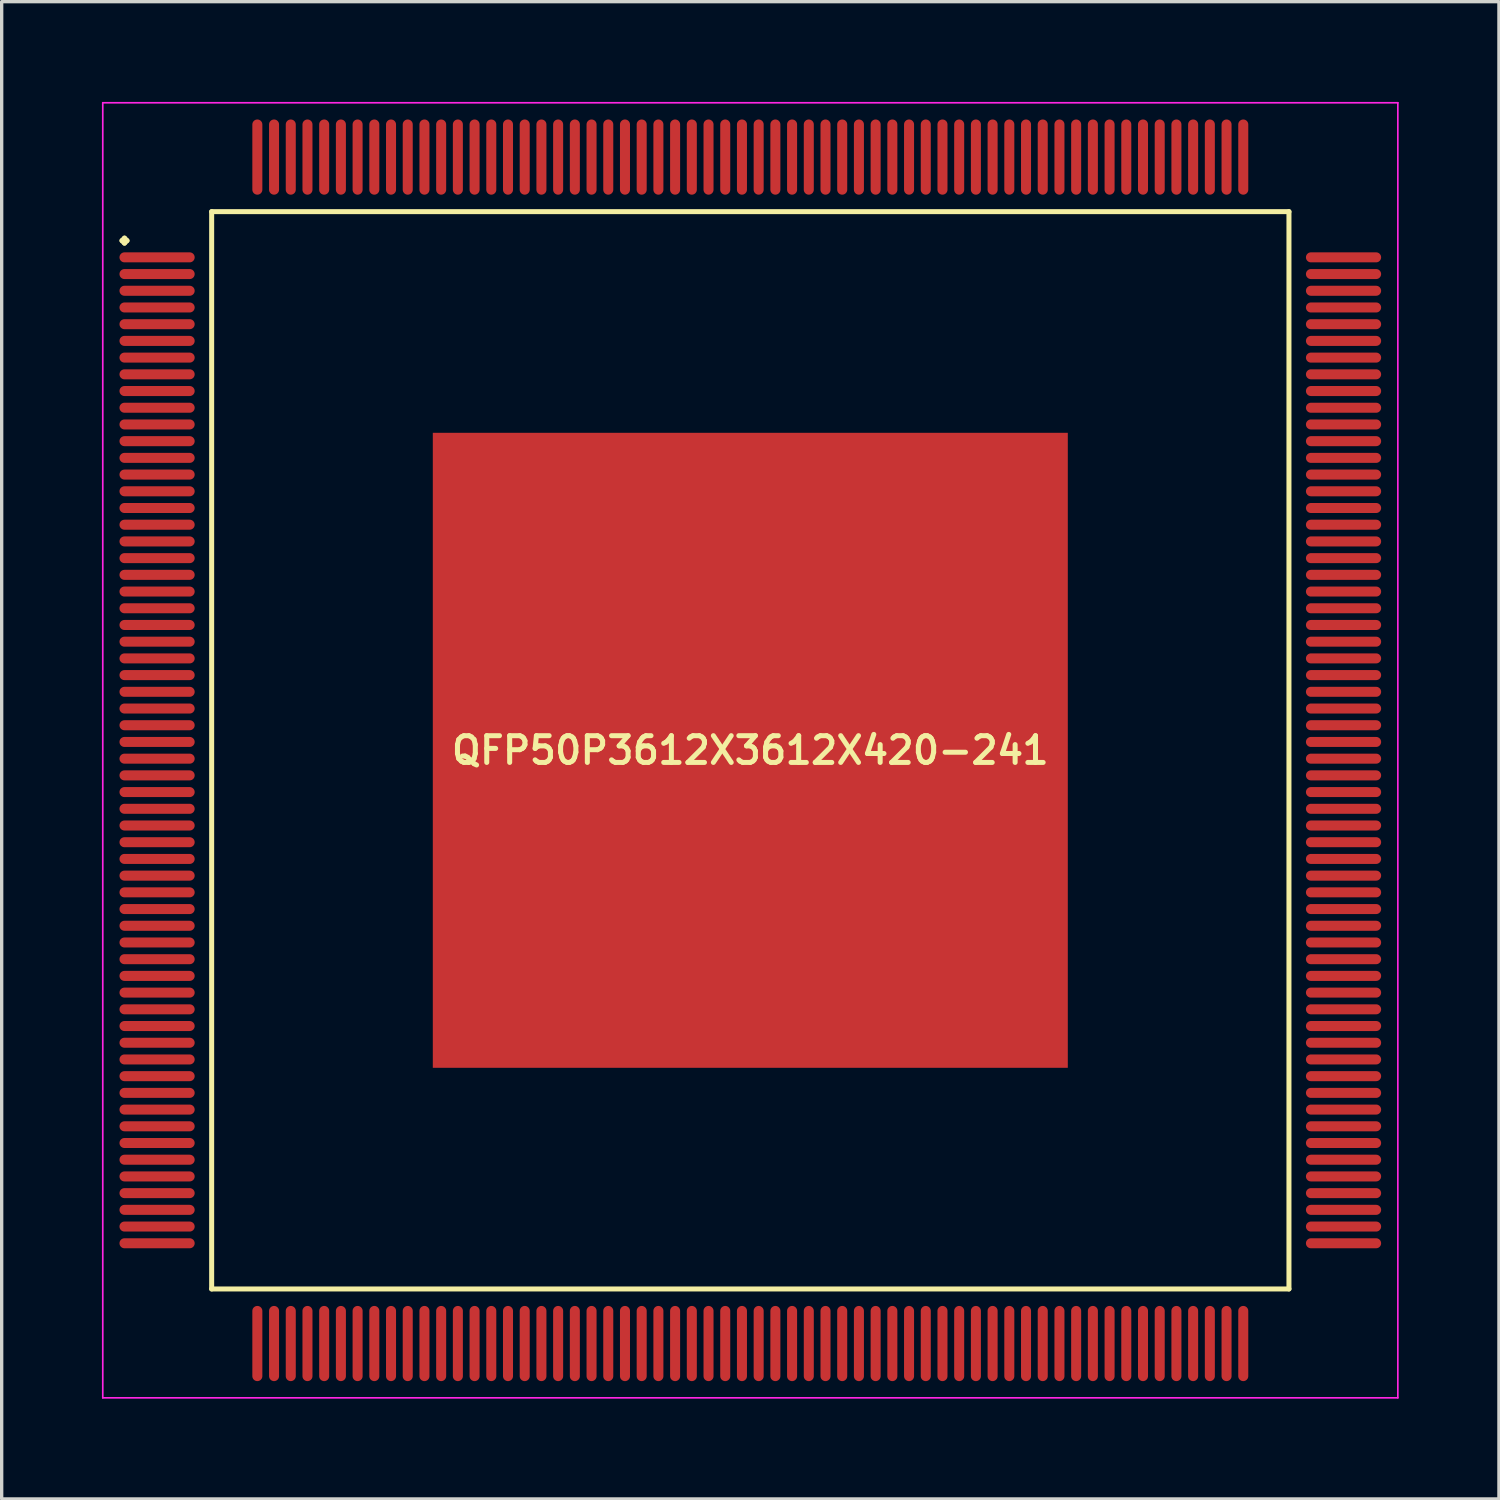
<source format=kicad_pcb>
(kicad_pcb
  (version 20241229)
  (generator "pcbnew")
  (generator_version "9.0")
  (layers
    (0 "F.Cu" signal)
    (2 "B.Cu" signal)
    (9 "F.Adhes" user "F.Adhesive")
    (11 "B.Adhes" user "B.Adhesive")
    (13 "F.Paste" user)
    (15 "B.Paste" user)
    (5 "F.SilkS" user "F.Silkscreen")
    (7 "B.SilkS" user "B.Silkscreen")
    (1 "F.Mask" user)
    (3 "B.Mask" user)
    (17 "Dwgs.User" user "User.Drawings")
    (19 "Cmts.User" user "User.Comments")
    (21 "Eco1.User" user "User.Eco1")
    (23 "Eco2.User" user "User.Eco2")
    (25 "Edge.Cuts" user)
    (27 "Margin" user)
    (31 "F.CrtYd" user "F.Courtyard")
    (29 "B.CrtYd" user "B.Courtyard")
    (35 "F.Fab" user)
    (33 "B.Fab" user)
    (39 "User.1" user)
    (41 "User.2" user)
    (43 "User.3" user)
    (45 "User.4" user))
  (footprint "QFP50P3612X3612X420-241"
    (layer "F.Cu")
    (at 19.4 19.4)
    (property "Reference" "QFP50P3612X3612X420-241" (at 0 0 0) (layer "F.SilkS") (effects (font (size 0.8 0.8) (thickness 0.15))))
    (attr smd)
    (fp_line (start -18.8 -15.25) (end -18.725 -15.325) (stroke (width 0.15) (type solid)) (layer "F.SilkS"))
    (fp_line (start -18.725 -15.325) (end -18.65 -15.25) (stroke (width 0.15) (type solid)) (layer "F.SilkS"))
    (fp_line (start -18.725 -15.175) (end -18.8 -15.25) (stroke (width 0.15) (type solid)) (layer "F.SilkS"))
    (fp_line (start -18.65 -15.25) (end -18.725 -15.175) (stroke (width 0.15) (type solid)) (layer "F.SilkS"))
    (fp_line (start -16.117 -16.117) (end -16.117 16.117) (stroke (width 0.15) (type solid)) (layer "F.SilkS"))
    (fp_line (start -16.117 16.117) (end 16.117 16.117) (stroke (width 0.15) (type solid)) (layer "F.SilkS"))
    (fp_line (start 16.117 -16.117) (end -16.117 -16.117) (stroke (width 0.15) (type solid)) (layer "F.SilkS"))
    (fp_line (start 16.117 16.117) (end 16.117 -16.117) (stroke (width 0.15) (type solid)) (layer "F.SilkS"))
    (fp_line (start -19.375 -19.375) (end 19.375 -19.375) (stroke (width 0.05) (type solid)) (layer "F.CrtYd"))
    (fp_line (start -19.375 19.375) (end -19.375 -19.375) (stroke (width 0.05) (type solid)) (layer "F.CrtYd"))
    (fp_line (start 19.375 -19.375) (end 19.375 19.375) (stroke (width 0.05) (type solid)) (layer "F.CrtYd"))
    (fp_line (start 19.375 19.375) (end -19.375 19.375) (stroke (width 0.05) (type solid)) (layer "F.CrtYd"))
    (pad "1" smd oval (at -17.75 -14.75) (size 2.25 0.3) (layers "F.Cu" "F.Mask" "F.Paste"))
    (pad "2" smd oval (at -17.75 -14.25) (size 2.25 0.3) (layers "F.Cu" "F.Mask" "F.Paste"))
    (pad "3" smd oval (at -17.75 -13.75) (size 2.25 0.3) (layers "F.Cu" "F.Mask" "F.Paste"))
    (pad "4" smd oval (at -17.75 -13.25) (size 2.25 0.3) (layers "F.Cu" "F.Mask" "F.Paste"))
    (pad "5" smd oval (at -17.75 -12.75) (size 2.25 0.3) (layers "F.Cu" "F.Mask" "F.Paste"))
    (pad "6" smd oval (at -17.75 -12.25) (size 2.25 0.3) (layers "F.Cu" "F.Mask" "F.Paste"))
    (pad "7" smd oval (at -17.75 -11.75) (size 2.25 0.3) (layers "F.Cu" "F.Mask" "F.Paste"))
    (pad "8" smd oval (at -17.75 -11.25) (size 2.25 0.3) (layers "F.Cu" "F.Mask" "F.Paste"))
    (pad "9" smd oval (at -17.75 -10.75) (size 2.25 0.3) (layers "F.Cu" "F.Mask" "F.Paste"))
    (pad "10" smd oval (at -17.75 -10.25) (size 2.25 0.3) (layers "F.Cu" "F.Mask" "F.Paste"))
    (pad "11" smd oval (at -17.75 -9.75) (size 2.25 0.3) (layers "F.Cu" "F.Mask" "F.Paste"))
    (pad "12" smd oval (at -17.75 -9.25) (size 2.25 0.3) (layers "F.Cu" "F.Mask" "F.Paste"))
    (pad "13" smd oval (at -17.75 -8.75) (size 2.25 0.3) (layers "F.Cu" "F.Mask" "F.Paste"))
    (pad "14" smd oval (at -17.75 -8.25) (size 2.25 0.3) (layers "F.Cu" "F.Mask" "F.Paste"))
    (pad "15" smd oval (at -17.75 -7.75) (size 2.25 0.3) (layers "F.Cu" "F.Mask" "F.Paste"))
    (pad "16" smd oval (at -17.75 -7.25) (size 2.25 0.3) (layers "F.Cu" "F.Mask" "F.Paste"))
    (pad "17" smd oval (at -17.75 -6.75) (size 2.25 0.3) (layers "F.Cu" "F.Mask" "F.Paste"))
    (pad "18" smd oval (at -17.75 -6.25) (size 2.25 0.3) (layers "F.Cu" "F.Mask" "F.Paste"))
    (pad "19" smd oval (at -17.75 -5.75) (size 2.25 0.3) (layers "F.Cu" "F.Mask" "F.Paste"))
    (pad "20" smd oval (at -17.75 -5.25) (size 2.25 0.3) (layers "F.Cu" "F.Mask" "F.Paste"))
    (pad "21" smd oval (at -17.75 -4.75) (size 2.25 0.3) (layers "F.Cu" "F.Mask" "F.Paste"))
    (pad "22" smd oval (at -17.75 -4.25) (size 2.25 0.3) (layers "F.Cu" "F.Mask" "F.Paste"))
    (pad "23" smd oval (at -17.75 -3.75) (size 2.25 0.3) (layers "F.Cu" "F.Mask" "F.Paste"))
    (pad "24" smd oval (at -17.75 -3.25) (size 2.25 0.3) (layers "F.Cu" "F.Mask" "F.Paste"))
    (pad "25" smd oval (at -17.75 -2.75) (size 2.25 0.3) (layers "F.Cu" "F.Mask" "F.Paste"))
    (pad "26" smd oval (at -17.75 -2.25) (size 2.25 0.3) (layers "F.Cu" "F.Mask" "F.Paste"))
    (pad "27" smd oval (at -17.75 -1.75) (size 2.25 0.3) (layers "F.Cu" "F.Mask" "F.Paste"))
    (pad "28" smd oval (at -17.75 -1.25) (size 2.25 0.3) (layers "F.Cu" "F.Mask" "F.Paste"))
    (pad "29" smd oval (at -17.75 -0.75) (size 2.25 0.3) (layers "F.Cu" "F.Mask" "F.Paste"))
    (pad "30" smd oval (at -17.75 -0.25) (size 2.25 0.3) (layers "F.Cu" "F.Mask" "F.Paste"))
    (pad "31" smd oval (at -17.75 0.25) (size 2.25 0.3) (layers "F.Cu" "F.Mask" "F.Paste"))
    (pad "32" smd oval (at -17.75 0.75) (size 2.25 0.3) (layers "F.Cu" "F.Mask" "F.Paste"))
    (pad "33" smd oval (at -17.75 1.25) (size 2.25 0.3) (layers "F.Cu" "F.Mask" "F.Paste"))
    (pad "34" smd oval (at -17.75 1.75) (size 2.25 0.3) (layers "F.Cu" "F.Mask" "F.Paste"))
    (pad "35" smd oval (at -17.75 2.25) (size 2.25 0.3) (layers "F.Cu" "F.Mask" "F.Paste"))
    (pad "36" smd oval (at -17.75 2.75) (size 2.25 0.3) (layers "F.Cu" "F.Mask" "F.Paste"))
    (pad "37" smd oval (at -17.75 3.25) (size 2.25 0.3) (layers "F.Cu" "F.Mask" "F.Paste"))
    (pad "38" smd oval (at -17.75 3.75) (size 2.25 0.3) (layers "F.Cu" "F.Mask" "F.Paste"))
    (pad "39" smd oval (at -17.75 4.25) (size 2.25 0.3) (layers "F.Cu" "F.Mask" "F.Paste"))
    (pad "40" smd oval (at -17.75 4.75) (size 2.25 0.3) (layers "F.Cu" "F.Mask" "F.Paste"))
    (pad "41" smd oval (at -17.75 5.25) (size 2.25 0.3) (layers "F.Cu" "F.Mask" "F.Paste"))
    (pad "42" smd oval (at -17.75 5.75) (size 2.25 0.3) (layers "F.Cu" "F.Mask" "F.Paste"))
    (pad "43" smd oval (at -17.75 6.25) (size 2.25 0.3) (layers "F.Cu" "F.Mask" "F.Paste"))
    (pad "44" smd oval (at -17.75 6.75) (size 2.25 0.3) (layers "F.Cu" "F.Mask" "F.Paste"))
    (pad "45" smd oval (at -17.75 7.25) (size 2.25 0.3) (layers "F.Cu" "F.Mask" "F.Paste"))
    (pad "46" smd oval (at -17.75 7.75) (size 2.25 0.3) (layers "F.Cu" "F.Mask" "F.Paste"))
    (pad "47" smd oval (at -17.75 8.25) (size 2.25 0.3) (layers "F.Cu" "F.Mask" "F.Paste"))
    (pad "48" smd oval (at -17.75 8.75) (size 2.25 0.3) (layers "F.Cu" "F.Mask" "F.Paste"))
    (pad "49" smd oval (at -17.75 9.25) (size 2.25 0.3) (layers "F.Cu" "F.Mask" "F.Paste"))
    (pad "50" smd oval (at -17.75 9.75) (size 2.25 0.3) (layers "F.Cu" "F.Mask" "F.Paste"))
    (pad "51" smd oval (at -17.75 10.25) (size 2.25 0.3) (layers "F.Cu" "F.Mask" "F.Paste"))
    (pad "52" smd oval (at -17.75 10.75) (size 2.25 0.3) (layers "F.Cu" "F.Mask" "F.Paste"))
    (pad "53" smd oval (at -17.75 11.25) (size 2.25 0.3) (layers "F.Cu" "F.Mask" "F.Paste"))
    (pad "54" smd oval (at -17.75 11.75) (size 2.25 0.3) (layers "F.Cu" "F.Mask" "F.Paste"))
    (pad "55" smd oval (at -17.75 12.25) (size 2.25 0.3) (layers "F.Cu" "F.Mask" "F.Paste"))
    (pad "56" smd oval (at -17.75 12.75) (size 2.25 0.3) (layers "F.Cu" "F.Mask" "F.Paste"))
    (pad "57" smd oval (at -17.75 13.25) (size 2.25 0.3) (layers "F.Cu" "F.Mask" "F.Paste"))
    (pad "58" smd oval (at -17.75 13.75) (size 2.25 0.3) (layers "F.Cu" "F.Mask" "F.Paste"))
    (pad "59" smd oval (at -17.75 14.25) (size 2.25 0.3) (layers "F.Cu" "F.Mask" "F.Paste"))
    (pad "60" smd oval (at -17.75 14.75) (size 2.25 0.3) (layers "F.Cu" "F.Mask" "F.Paste"))
    (pad "61" smd oval (at -14.75 17.75) (size 0.3 2.25) (layers "F.Cu" "F.Mask" "F.Paste"))
    (pad "62" smd oval (at -14.25 17.75) (size 0.3 2.25) (layers "F.Cu" "F.Mask" "F.Paste"))
    (pad "63" smd oval (at -13.75 17.75) (size 0.3 2.25) (layers "F.Cu" "F.Mask" "F.Paste"))
    (pad "64" smd oval (at -13.25 17.75) (size 0.3 2.25) (layers "F.Cu" "F.Mask" "F.Paste"))
    (pad "65" smd oval (at -12.75 17.75) (size 0.3 2.25) (layers "F.Cu" "F.Mask" "F.Paste"))
    (pad "66" smd oval (at -12.25 17.75) (size 0.3 2.25) (layers "F.Cu" "F.Mask" "F.Paste"))
    (pad "67" smd oval (at -11.75 17.75) (size 0.3 2.25) (layers "F.Cu" "F.Mask" "F.Paste"))
    (pad "68" smd oval (at -11.25 17.75) (size 0.3 2.25) (layers "F.Cu" "F.Mask" "F.Paste"))
    (pad "69" smd oval (at -10.75 17.75) (size 0.3 2.25) (layers "F.Cu" "F.Mask" "F.Paste"))
    (pad "70" smd oval (at -10.25 17.75) (size 0.3 2.25) (layers "F.Cu" "F.Mask" "F.Paste"))
    (pad "71" smd oval (at -9.75 17.75) (size 0.3 2.25) (layers "F.Cu" "F.Mask" "F.Paste"))
    (pad "72" smd oval (at -9.25 17.75) (size 0.3 2.25) (layers "F.Cu" "F.Mask" "F.Paste"))
    (pad "73" smd oval (at -8.75 17.75) (size 0.3 2.25) (layers "F.Cu" "F.Mask" "F.Paste"))
    (pad "74" smd oval (at -8.25 17.75) (size 0.3 2.25) (layers "F.Cu" "F.Mask" "F.Paste"))
    (pad "75" smd oval (at -7.75 17.75) (size 0.3 2.25) (layers "F.Cu" "F.Mask" "F.Paste"))
    (pad "76" smd oval (at -7.25 17.75) (size 0.3 2.25) (layers "F.Cu" "F.Mask" "F.Paste"))
    (pad "77" smd oval (at -6.75 17.75) (size 0.3 2.25) (layers "F.Cu" "F.Mask" "F.Paste"))
    (pad "78" smd oval (at -6.25 17.75) (size 0.3 2.25) (layers "F.Cu" "F.Mask" "F.Paste"))
    (pad "79" smd oval (at -5.75 17.75) (size 0.3 2.25) (layers "F.Cu" "F.Mask" "F.Paste"))
    (pad "80" smd oval (at -5.25 17.75) (size 0.3 2.25) (layers "F.Cu" "F.Mask" "F.Paste"))
    (pad "81" smd oval (at -4.75 17.75) (size 0.3 2.25) (layers "F.Cu" "F.Mask" "F.Paste"))
    (pad "82" smd oval (at -4.25 17.75) (size 0.3 2.25) (layers "F.Cu" "F.Mask" "F.Paste"))
    (pad "83" smd oval (at -3.75 17.75) (size 0.3 2.25) (layers "F.Cu" "F.Mask" "F.Paste"))
    (pad "84" smd oval (at -3.25 17.75) (size 0.3 2.25) (layers "F.Cu" "F.Mask" "F.Paste"))
    (pad "85" smd oval (at -2.75 17.75) (size 0.3 2.25) (layers "F.Cu" "F.Mask" "F.Paste"))
    (pad "86" smd oval (at -2.25 17.75) (size 0.3 2.25) (layers "F.Cu" "F.Mask" "F.Paste"))
    (pad "87" smd oval (at -1.75 17.75) (size 0.3 2.25) (layers "F.Cu" "F.Mask" "F.Paste"))
    (pad "88" smd oval (at -1.25 17.75) (size 0.3 2.25) (layers "F.Cu" "F.Mask" "F.Paste"))
    (pad "89" smd oval (at -0.75 17.75) (size 0.3 2.25) (layers "F.Cu" "F.Mask" "F.Paste"))
    (pad "90" smd oval (at -0.25 17.75) (size 0.3 2.25) (layers "F.Cu" "F.Mask" "F.Paste"))
    (pad "91" smd oval (at 0.25 17.75) (size 0.3 2.25) (layers "F.Cu" "F.Mask" "F.Paste"))
    (pad "92" smd oval (at 0.75 17.75) (size 0.3 2.25) (layers "F.Cu" "F.Mask" "F.Paste"))
    (pad "93" smd oval (at 1.25 17.75) (size 0.3 2.25) (layers "F.Cu" "F.Mask" "F.Paste"))
    (pad "94" smd oval (at 1.75 17.75) (size 0.3 2.25) (layers "F.Cu" "F.Mask" "F.Paste"))
    (pad "95" smd oval (at 2.25 17.75) (size 0.3 2.25) (layers "F.Cu" "F.Mask" "F.Paste"))
    (pad "96" smd oval (at 2.75 17.75) (size 0.3 2.25) (layers "F.Cu" "F.Mask" "F.Paste"))
    (pad "97" smd oval (at 3.25 17.75) (size 0.3 2.25) (layers "F.Cu" "F.Mask" "F.Paste"))
    (pad "98" smd oval (at 3.75 17.75) (size 0.3 2.25) (layers "F.Cu" "F.Mask" "F.Paste"))
    (pad "99" smd oval (at 4.25 17.75) (size 0.3 2.25) (layers "F.Cu" "F.Mask" "F.Paste"))
    (pad "100" smd oval (at 4.75 17.75) (size 0.3 2.25) (layers "F.Cu" "F.Mask" "F.Paste"))
    (pad "101" smd oval (at 5.25 17.75) (size 0.3 2.25) (layers "F.Cu" "F.Mask" "F.Paste"))
    (pad "102" smd oval (at 5.75 17.75) (size 0.3 2.25) (layers "F.Cu" "F.Mask" "F.Paste"))
    (pad "103" smd oval (at 6.25 17.75) (size 0.3 2.25) (layers "F.Cu" "F.Mask" "F.Paste"))
    (pad "104" smd oval (at 6.75 17.75) (size 0.3 2.25) (layers "F.Cu" "F.Mask" "F.Paste"))
    (pad "105" smd oval (at 7.25 17.75) (size 0.3 2.25) (layers "F.Cu" "F.Mask" "F.Paste"))
    (pad "106" smd oval (at 7.75 17.75) (size 0.3 2.25) (layers "F.Cu" "F.Mask" "F.Paste"))
    (pad "107" smd oval (at 8.25 17.75) (size 0.3 2.25) (layers "F.Cu" "F.Mask" "F.Paste"))
    (pad "108" smd oval (at 8.75 17.75) (size 0.3 2.25) (layers "F.Cu" "F.Mask" "F.Paste"))
    (pad "109" smd oval (at 9.25 17.75) (size 0.3 2.25) (layers "F.Cu" "F.Mask" "F.Paste"))
    (pad "110" smd oval (at 9.75 17.75) (size 0.3 2.25) (layers "F.Cu" "F.Mask" "F.Paste"))
    (pad "111" smd oval (at 10.25 17.75) (size 0.3 2.25) (layers "F.Cu" "F.Mask" "F.Paste"))
    (pad "112" smd oval (at 10.75 17.75) (size 0.3 2.25) (layers "F.Cu" "F.Mask" "F.Paste"))
    (pad "113" smd oval (at 11.25 17.75) (size 0.3 2.25) (layers "F.Cu" "F.Mask" "F.Paste"))
    (pad "114" smd oval (at 11.75 17.75) (size 0.3 2.25) (layers "F.Cu" "F.Mask" "F.Paste"))
    (pad "115" smd oval (at 12.25 17.75) (size 0.3 2.25) (layers "F.Cu" "F.Mask" "F.Paste"))
    (pad "116" smd oval (at 12.75 17.75) (size 0.3 2.25) (layers "F.Cu" "F.Mask" "F.Paste"))
    (pad "117" smd oval (at 13.25 17.75) (size 0.3 2.25) (layers "F.Cu" "F.Mask" "F.Paste"))
    (pad "118" smd oval (at 13.75 17.75) (size 0.3 2.25) (layers "F.Cu" "F.Mask" "F.Paste"))
    (pad "119" smd oval (at 14.25 17.75) (size 0.3 2.25) (layers "F.Cu" "F.Mask" "F.Paste"))
    (pad "120" smd oval (at 14.75 17.75) (size 0.3 2.25) (layers "F.Cu" "F.Mask" "F.Paste"))
    (pad "121" smd oval (at 17.75 14.75) (size 2.25 0.3) (layers "F.Cu" "F.Mask" "F.Paste"))
    (pad "122" smd oval (at 17.75 14.25) (size 2.25 0.3) (layers "F.Cu" "F.Mask" "F.Paste"))
    (pad "123" smd oval (at 17.75 13.75) (size 2.25 0.3) (layers "F.Cu" "F.Mask" "F.Paste"))
    (pad "124" smd oval (at 17.75 13.25) (size 2.25 0.3) (layers "F.Cu" "F.Mask" "F.Paste"))
    (pad "125" smd oval (at 17.75 12.75) (size 2.25 0.3) (layers "F.Cu" "F.Mask" "F.Paste"))
    (pad "126" smd oval (at 17.75 12.25) (size 2.25 0.3) (layers "F.Cu" "F.Mask" "F.Paste"))
    (pad "127" smd oval (at 17.75 11.75) (size 2.25 0.3) (layers "F.Cu" "F.Mask" "F.Paste"))
    (pad "128" smd oval (at 17.75 11.25) (size 2.25 0.3) (layers "F.Cu" "F.Mask" "F.Paste"))
    (pad "129" smd oval (at 17.75 10.75) (size 2.25 0.3) (layers "F.Cu" "F.Mask" "F.Paste"))
    (pad "130" smd oval (at 17.75 10.25) (size 2.25 0.3) (layers "F.Cu" "F.Mask" "F.Paste"))
    (pad "131" smd oval (at 17.75 9.75) (size 2.25 0.3) (layers "F.Cu" "F.Mask" "F.Paste"))
    (pad "132" smd oval (at 17.75 9.25) (size 2.25 0.3) (layers "F.Cu" "F.Mask" "F.Paste"))
    (pad "133" smd oval (at 17.75 8.75) (size 2.25 0.3) (layers "F.Cu" "F.Mask" "F.Paste"))
    (pad "134" smd oval (at 17.75 8.25) (size 2.25 0.3) (layers "F.Cu" "F.Mask" "F.Paste"))
    (pad "135" smd oval (at 17.75 7.75) (size 2.25 0.3) (layers "F.Cu" "F.Mask" "F.Paste"))
    (pad "136" smd oval (at 17.75 7.25) (size 2.25 0.3) (layers "F.Cu" "F.Mask" "F.Paste"))
    (pad "137" smd oval (at 17.75 6.75) (size 2.25 0.3) (layers "F.Cu" "F.Mask" "F.Paste"))
    (pad "138" smd oval (at 17.75 6.25) (size 2.25 0.3) (layers "F.Cu" "F.Mask" "F.Paste"))
    (pad "139" smd oval (at 17.75 5.75) (size 2.25 0.3) (layers "F.Cu" "F.Mask" "F.Paste"))
    (pad "140" smd oval (at 17.75 5.25) (size 2.25 0.3) (layers "F.Cu" "F.Mask" "F.Paste"))
    (pad "141" smd oval (at 17.75 4.75) (size 2.25 0.3) (layers "F.Cu" "F.Mask" "F.Paste"))
    (pad "142" smd oval (at 17.75 4.25) (size 2.25 0.3) (layers "F.Cu" "F.Mask" "F.Paste"))
    (pad "143" smd oval (at 17.75 3.75) (size 2.25 0.3) (layers "F.Cu" "F.Mask" "F.Paste"))
    (pad "144" smd oval (at 17.75 3.25) (size 2.25 0.3) (layers "F.Cu" "F.Mask" "F.Paste"))
    (pad "145" smd oval (at 17.75 2.75) (size 2.25 0.3) (layers "F.Cu" "F.Mask" "F.Paste"))
    (pad "146" smd oval (at 17.75 2.25) (size 2.25 0.3) (layers "F.Cu" "F.Mask" "F.Paste"))
    (pad "147" smd oval (at 17.75 1.75) (size 2.25 0.3) (layers "F.Cu" "F.Mask" "F.Paste"))
    (pad "148" smd oval (at 17.75 1.25) (size 2.25 0.3) (layers "F.Cu" "F.Mask" "F.Paste"))
    (pad "149" smd oval (at 17.75 0.75) (size 2.25 0.3) (layers "F.Cu" "F.Mask" "F.Paste"))
    (pad "150" smd oval (at 17.75 0.25) (size 2.25 0.3) (layers "F.Cu" "F.Mask" "F.Paste"))
    (pad "151" smd oval (at 17.75 -0.25) (size 2.25 0.3) (layers "F.Cu" "F.Mask" "F.Paste"))
    (pad "152" smd oval (at 17.75 -0.75) (size 2.25 0.3) (layers "F.Cu" "F.Mask" "F.Paste"))
    (pad "153" smd oval (at 17.75 -1.25) (size 2.25 0.3) (layers "F.Cu" "F.Mask" "F.Paste"))
    (pad "154" smd oval (at 17.75 -1.75) (size 2.25 0.3) (layers "F.Cu" "F.Mask" "F.Paste"))
    (pad "155" smd oval (at 17.75 -2.25) (size 2.25 0.3) (layers "F.Cu" "F.Mask" "F.Paste"))
    (pad "156" smd oval (at 17.75 -2.75) (size 2.25 0.3) (layers "F.Cu" "F.Mask" "F.Paste"))
    (pad "157" smd oval (at 17.75 -3.25) (size 2.25 0.3) (layers "F.Cu" "F.Mask" "F.Paste"))
    (pad "158" smd oval (at 17.75 -3.75) (size 2.25 0.3) (layers "F.Cu" "F.Mask" "F.Paste"))
    (pad "159" smd oval (at 17.75 -4.25) (size 2.25 0.3) (layers "F.Cu" "F.Mask" "F.Paste"))
    (pad "160" smd oval (at 17.75 -4.75) (size 2.25 0.3) (layers "F.Cu" "F.Mask" "F.Paste"))
    (pad "161" smd oval (at 17.75 -5.25) (size 2.25 0.3) (layers "F.Cu" "F.Mask" "F.Paste"))
    (pad "162" smd oval (at 17.75 -5.75) (size 2.25 0.3) (layers "F.Cu" "F.Mask" "F.Paste"))
    (pad "163" smd oval (at 17.75 -6.25) (size 2.25 0.3) (layers "F.Cu" "F.Mask" "F.Paste"))
    (pad "164" smd oval (at 17.75 -6.75) (size 2.25 0.3) (layers "F.Cu" "F.Mask" "F.Paste"))
    (pad "165" smd oval (at 17.75 -7.25) (size 2.25 0.3) (layers "F.Cu" "F.Mask" "F.Paste"))
    (pad "166" smd oval (at 17.75 -7.75) (size 2.25 0.3) (layers "F.Cu" "F.Mask" "F.Paste"))
    (pad "167" smd oval (at 17.75 -8.25) (size 2.25 0.3) (layers "F.Cu" "F.Mask" "F.Paste"))
    (pad "168" smd oval (at 17.75 -8.75) (size 2.25 0.3) (layers "F.Cu" "F.Mask" "F.Paste"))
    (pad "169" smd oval (at 17.75 -9.25) (size 2.25 0.3) (layers "F.Cu" "F.Mask" "F.Paste"))
    (pad "170" smd oval (at 17.75 -9.75) (size 2.25 0.3) (layers "F.Cu" "F.Mask" "F.Paste"))
    (pad "171" smd oval (at 17.75 -10.25) (size 2.25 0.3) (layers "F.Cu" "F.Mask" "F.Paste"))
    (pad "172" smd oval (at 17.75 -10.75) (size 2.25 0.3) (layers "F.Cu" "F.Mask" "F.Paste"))
    (pad "173" smd oval (at 17.75 -11.25) (size 2.25 0.3) (layers "F.Cu" "F.Mask" "F.Paste"))
    (pad "174" smd oval (at 17.75 -11.75) (size 2.25 0.3) (layers "F.Cu" "F.Mask" "F.Paste"))
    (pad "175" smd oval (at 17.75 -12.25) (size 2.25 0.3) (layers "F.Cu" "F.Mask" "F.Paste"))
    (pad "176" smd oval (at 17.75 -12.75) (size 2.25 0.3) (layers "F.Cu" "F.Mask" "F.Paste"))
    (pad "177" smd oval (at 17.75 -13.25) (size 2.25 0.3) (layers "F.Cu" "F.Mask" "F.Paste"))
    (pad "178" smd oval (at 17.75 -13.75) (size 2.25 0.3) (layers "F.Cu" "F.Mask" "F.Paste"))
    (pad "179" smd oval (at 17.75 -14.25) (size 2.25 0.3) (layers "F.Cu" "F.Mask" "F.Paste"))
    (pad "180" smd oval (at 17.75 -14.75) (size 2.25 0.3) (layers "F.Cu" "F.Mask" "F.Paste"))
    (pad "181" smd oval (at 14.75 -17.75) (size 0.3 2.25) (layers "F.Cu" "F.Mask" "F.Paste"))
    (pad "182" smd oval (at 14.25 -17.75) (size 0.3 2.25) (layers "F.Cu" "F.Mask" "F.Paste"))
    (pad "183" smd oval (at 13.75 -17.75) (size 0.3 2.25) (layers "F.Cu" "F.Mask" "F.Paste"))
    (pad "184" smd oval (at 13.25 -17.75) (size 0.3 2.25) (layers "F.Cu" "F.Mask" "F.Paste"))
    (pad "185" smd oval (at 12.75 -17.75) (size 0.3 2.25) (layers "F.Cu" "F.Mask" "F.Paste"))
    (pad "186" smd oval (at 12.25 -17.75) (size 0.3 2.25) (layers "F.Cu" "F.Mask" "F.Paste"))
    (pad "187" smd oval (at 11.75 -17.75) (size 0.3 2.25) (layers "F.Cu" "F.Mask" "F.Paste"))
    (pad "188" smd oval (at 11.25 -17.75) (size 0.3 2.25) (layers "F.Cu" "F.Mask" "F.Paste"))
    (pad "189" smd oval (at 10.75 -17.75) (size 0.3 2.25) (layers "F.Cu" "F.Mask" "F.Paste"))
    (pad "190" smd oval (at 10.25 -17.75) (size 0.3 2.25) (layers "F.Cu" "F.Mask" "F.Paste"))
    (pad "191" smd oval (at 9.75 -17.75) (size 0.3 2.25) (layers "F.Cu" "F.Mask" "F.Paste"))
    (pad "192" smd oval (at 9.25 -17.75) (size 0.3 2.25) (layers "F.Cu" "F.Mask" "F.Paste"))
    (pad "193" smd oval (at 8.75 -17.75) (size 0.3 2.25) (layers "F.Cu" "F.Mask" "F.Paste"))
    (pad "194" smd oval (at 8.25 -17.75) (size 0.3 2.25) (layers "F.Cu" "F.Mask" "F.Paste"))
    (pad "195" smd oval (at 7.75 -17.75) (size 0.3 2.25) (layers "F.Cu" "F.Mask" "F.Paste"))
    (pad "196" smd oval (at 7.25 -17.75) (size 0.3 2.25) (layers "F.Cu" "F.Mask" "F.Paste"))
    (pad "197" smd oval (at 6.75 -17.75) (size 0.3 2.25) (layers "F.Cu" "F.Mask" "F.Paste"))
    (pad "198" smd oval (at 6.25 -17.75) (size 0.3 2.25) (layers "F.Cu" "F.Mask" "F.Paste"))
    (pad "199" smd oval (at 5.75 -17.75) (size 0.3 2.25) (layers "F.Cu" "F.Mask" "F.Paste"))
    (pad "200" smd oval (at 5.25 -17.75) (size 0.3 2.25) (layers "F.Cu" "F.Mask" "F.Paste"))
    (pad "201" smd oval (at 4.75 -17.75) (size 0.3 2.25) (layers "F.Cu" "F.Mask" "F.Paste"))
    (pad "202" smd oval (at 4.25 -17.75) (size 0.3 2.25) (layers "F.Cu" "F.Mask" "F.Paste"))
    (pad "203" smd oval (at 3.75 -17.75) (size 0.3 2.25) (layers "F.Cu" "F.Mask" "F.Paste"))
    (pad "204" smd oval (at 3.25 -17.75) (size 0.3 2.25) (layers "F.Cu" "F.Mask" "F.Paste"))
    (pad "205" smd oval (at 2.75 -17.75) (size 0.3 2.25) (layers "F.Cu" "F.Mask" "F.Paste"))
    (pad "206" smd oval (at 2.25 -17.75) (size 0.3 2.25) (layers "F.Cu" "F.Mask" "F.Paste"))
    (pad "207" smd oval (at 1.75 -17.75) (size 0.3 2.25) (layers "F.Cu" "F.Mask" "F.Paste"))
    (pad "208" smd oval (at 1.25 -17.75) (size 0.3 2.25) (layers "F.Cu" "F.Mask" "F.Paste"))
    (pad "209" smd oval (at 0.75 -17.75) (size 0.3 2.25) (layers "F.Cu" "F.Mask" "F.Paste"))
    (pad "210" smd oval (at 0.25 -17.75) (size 0.3 2.25) (layers "F.Cu" "F.Mask" "F.Paste"))
    (pad "211" smd oval (at -0.25 -17.75) (size 0.3 2.25) (layers "F.Cu" "F.Mask" "F.Paste"))
    (pad "212" smd oval (at -0.75 -17.75) (size 0.3 2.25) (layers "F.Cu" "F.Mask" "F.Paste"))
    (pad "213" smd oval (at -1.25 -17.75) (size 0.3 2.25) (layers "F.Cu" "F.Mask" "F.Paste"))
    (pad "214" smd oval (at -1.75 -17.75) (size 0.3 2.25) (layers "F.Cu" "F.Mask" "F.Paste"))
    (pad "215" smd oval (at -2.25 -17.75) (size 0.3 2.25) (layers "F.Cu" "F.Mask" "F.Paste"))
    (pad "216" smd oval (at -2.75 -17.75) (size 0.3 2.25) (layers "F.Cu" "F.Mask" "F.Paste"))
    (pad "217" smd oval (at -3.25 -17.75) (size 0.3 2.25) (layers "F.Cu" "F.Mask" "F.Paste"))
    (pad "218" smd oval (at -3.75 -17.75) (size 0.3 2.25) (layers "F.Cu" "F.Mask" "F.Paste"))
    (pad "219" smd oval (at -4.25 -17.75) (size 0.3 2.25) (layers "F.Cu" "F.Mask" "F.Paste"))
    (pad "220" smd oval (at -4.75 -17.75) (size 0.3 2.25) (layers "F.Cu" "F.Mask" "F.Paste"))
    (pad "221" smd oval (at -5.25 -17.75) (size 0.3 2.25) (layers "F.Cu" "F.Mask" "F.Paste"))
    (pad "222" smd oval (at -5.75 -17.75) (size 0.3 2.25) (layers "F.Cu" "F.Mask" "F.Paste"))
    (pad "223" smd oval (at -6.25 -17.75) (size 0.3 2.25) (layers "F.Cu" "F.Mask" "F.Paste"))
    (pad "224" smd oval (at -6.75 -17.75) (size 0.3 2.25) (layers "F.Cu" "F.Mask" "F.Paste"))
    (pad "225" smd oval (at -7.25 -17.75) (size 0.3 2.25) (layers "F.Cu" "F.Mask" "F.Paste"))
    (pad "226" smd oval (at -7.75 -17.75) (size 0.3 2.25) (layers "F.Cu" "F.Mask" "F.Paste"))
    (pad "227" smd oval (at -8.25 -17.75) (size 0.3 2.25) (layers "F.Cu" "F.Mask" "F.Paste"))
    (pad "228" smd oval (at -8.75 -17.75) (size 0.3 2.25) (layers "F.Cu" "F.Mask" "F.Paste"))
    (pad "229" smd oval (at -9.25 -17.75) (size 0.3 2.25) (layers "F.Cu" "F.Mask" "F.Paste"))
    (pad "230" smd oval (at -9.75 -17.75) (size 0.3 2.25) (layers "F.Cu" "F.Mask" "F.Paste"))
    (pad "231" smd oval (at -10.25 -17.75) (size 0.3 2.25) (layers "F.Cu" "F.Mask" "F.Paste"))
    (pad "232" smd oval (at -10.75 -17.75) (size 0.3 2.25) (layers "F.Cu" "F.Mask" "F.Paste"))
    (pad "233" smd oval (at -11.25 -17.75) (size 0.3 2.25) (layers "F.Cu" "F.Mask" "F.Paste"))
    (pad "234" smd oval (at -11.75 -17.75) (size 0.3 2.25) (layers "F.Cu" "F.Mask" "F.Paste"))
    (pad "235" smd oval (at -12.25 -17.75) (size 0.3 2.25) (layers "F.Cu" "F.Mask" "F.Paste"))
    (pad "236" smd oval (at -12.75 -17.75) (size 0.3 2.25) (layers "F.Cu" "F.Mask" "F.Paste"))
    (pad "237" smd oval (at -13.25 -17.75) (size 0.3 2.25) (layers "F.Cu" "F.Mask" "F.Paste"))
    (pad "238" smd oval (at -13.75 -17.75) (size 0.3 2.25) (layers "F.Cu" "F.Mask" "F.Paste"))
    (pad "239" smd oval (at -14.25 -17.75) (size 0.3 2.25) (layers "F.Cu" "F.Mask" "F.Paste"))
    (pad "240" smd oval (at -14.75 -17.75) (size 0.3 2.25) (layers "F.Cu" "F.Mask" "F.Paste"))
    (pad "241" smd rect (at 0 0) (size 19 19) (layers "F.Cu" "F.Mask" "F.Paste")))
  (gr_rect
    (start -3 -3)
    (end 41.8 41.8)
    (stroke (width 0.1) (type default))
    (fill no)
    (layer "Edge.Cuts")))
</source>
